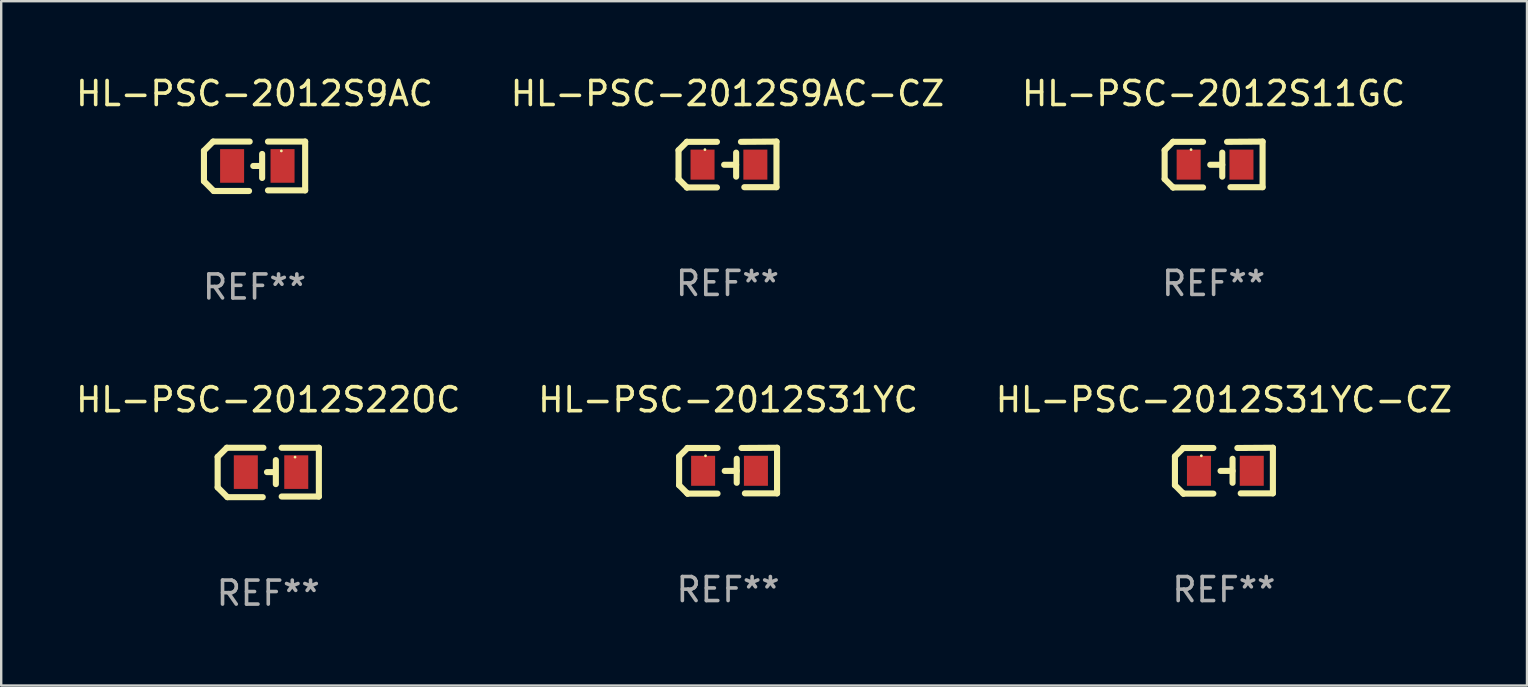
<source format=kicad_pcb>
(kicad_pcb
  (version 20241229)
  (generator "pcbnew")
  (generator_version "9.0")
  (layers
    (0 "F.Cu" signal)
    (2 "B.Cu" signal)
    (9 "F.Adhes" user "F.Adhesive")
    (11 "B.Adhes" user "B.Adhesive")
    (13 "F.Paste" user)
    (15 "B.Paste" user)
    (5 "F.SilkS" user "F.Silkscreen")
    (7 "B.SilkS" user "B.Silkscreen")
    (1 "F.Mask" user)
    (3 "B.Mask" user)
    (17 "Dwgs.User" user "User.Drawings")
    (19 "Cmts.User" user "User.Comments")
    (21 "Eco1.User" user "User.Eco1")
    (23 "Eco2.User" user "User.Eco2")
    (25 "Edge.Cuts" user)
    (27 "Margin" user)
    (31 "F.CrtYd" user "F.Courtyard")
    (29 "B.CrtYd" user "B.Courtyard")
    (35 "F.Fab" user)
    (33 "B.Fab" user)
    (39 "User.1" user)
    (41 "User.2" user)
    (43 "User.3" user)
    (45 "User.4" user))
  (footprint "HL-PSC-2012S31YC"
    (layer "F.Cu")
    (at 27.28 16.557)
    (property "Reference" "HL-PSC-2012S31YC" (at 0 -2.955 0) (layer "F.SilkS") (effects (font (size 1 1) (thickness 0.15))))
    (attr through_hole)
    (fp_line (start -2.04 -0.595) (end -2.04 0.605) (stroke (width 0.254) (type solid)) (layer "F.SilkS"))
    (fp_line (start -1.69 -0.945) (end -1.69 -0.945) (stroke (width 0.254) (type solid)) (layer "F.SilkS"))
    (fp_line (start -1.69 -0.945) (end -2.04 -0.595) (stroke (width 0.254) (type solid)) (layer "F.SilkS"))
    (fp_line (start -1.69 0.955) (end -2.04 0.605) (stroke (width 0.254) (type solid)) (layer "F.SilkS"))
    (fp_line (start -1.69 0.955) (end -1.69 0.955) (stroke (width 0.254) (type solid)) (layer "F.SilkS"))
    (fp_line (start -0.44 -0.945) (end -1.69 -0.945) (stroke (width 0.254) (type solid)) (layer "F.SilkS"))
    (fp_line (start -0.44 0.955) (end -1.69 0.955) (stroke (width 0.254) (type solid)) (layer "F.SilkS"))
    (fp_line (start 0.36 -0.495) (end 0.36 0.505) (stroke (width 0.254) (type solid)) (layer "F.SilkS"))
    (fp_line (start 0.36 0.01) (end -0.14 0.01) (stroke (width 0.254) (type solid)) (layer "F.SilkS"))
    (fp_line (start 0.56 -0.945) (end 2.04 -0.955) (stroke (width 0.254) (type solid)) (layer "F.SilkS"))
    (fp_line (start 0.7 0.945) (end 2.04 0.945) (stroke (width 0.254) (type solid)) (layer "F.SilkS"))
    (fp_line (start 2.04 -0.955) (end 2.04 0.945) (stroke (width 0.254) (type solid)) (layer "F.SilkS"))
    (fp_circle (center -0.94 -0.62) (end -0.91 -0.62) (stroke (width 0.06) (type solid)) (fill no) (layer "F.SilkS"))
    (fp_text user "REF**" (at 0 4.955 0) (layer "F.Fab") (effects (font (size 1 1) (thickness 0.15))))
    (pad "1" smd rect (at -1.04 0.005 180) (size 1 1.25) (layers "F.Cu" "F.Mask" "F.Paste"))
    (pad "2" smd rect (at 1.16 0.005 180) (size 1 1.25) (layers "F.Cu" "F.Mask" "F.Paste")))
  (footprint "HL-PSC-2012S9AC"
    (layer "F.Cu")
    (at 7.554 3.877)
    (property "Reference" "HL-PSC-2012S9AC" (at 0 -3.029 0) (layer "F.SilkS") (effects (font (size 1 1) (thickness 0.15))))
    (attr through_hole)
    (fp_line (start -2.108 -0.648) (end -1.727 -1.029) (stroke (width 0.254) (type solid)) (layer "F.SilkS"))
    (fp_line (start -2.108 0.622) (end -2.108 -0.648) (stroke (width 0.254) (type solid)) (layer "F.SilkS"))
    (fp_line (start -1.727 -1.029) (end -0.203 -1.029) (stroke (width 0.254) (type solid)) (layer "F.SilkS"))
    (fp_line (start -1.702 1.029) (end -2.108 0.622) (stroke (width 0.254) (type solid)) (layer "F.SilkS"))
    (fp_line (start -0.229 1.029) (end -1.702 1.029) (stroke (width 0.254) (type solid)) (layer "F.SilkS"))
    (fp_line (start 0.216 -0.014) (end -0.053 -0.014) (stroke (width 0.254) (type solid)) (layer "F.SilkS"))
    (fp_line (start 0.316 -0.514) (end 0.316 0.486) (stroke (width 0.254) (type solid)) (layer "F.SilkS"))
    (fp_line (start 0.559 1.003) (end 2.108 1.003) (stroke (width 0.254) (type solid)) (layer "F.SilkS"))
    (fp_line (start 2.108 -1.029) (end 0.559 -1.029) (stroke (width 0.254) (type solid)) (layer "F.SilkS"))
    (fp_line (start 2.108 1.003) (end 2.108 -1.029) (stroke (width 0.254) (type solid)) (layer "F.SilkS"))
    (fp_circle (center 1.116 -0.639) (end 1.146 -0.639) (stroke (width 0.06) (type solid)) (fill no) (layer "F.SilkS"))
    (fp_text user "REF**" (at 0 5.029 0) (layer "F.Fab") (effects (font (size 1 1) (thickness 0.15))))
    (pad "1" smd rect (at 1.166 -0.014 180) (size 1 1.4) (layers "F.Cu" "F.Mask" "F.Paste"))
    (pad "2" smd rect (at -0.935 -0.014 180) (size 1 1.4) (layers "F.Cu" "F.Mask" "F.Paste")))
  (footprint "HL-PSC-2012S11GC"
    (layer "F.Cu")
    (at 47.506 3.803)
    (property "Reference" "HL-PSC-2012S11GC" (at 0 -2.955 0) (layer "F.SilkS") (effects (font (size 1 1) (thickness 0.15))))
    (attr through_hole)
    (fp_line (start -2.04 -0.595) (end -2.04 0.605) (stroke (width 0.254) (type solid)) (layer "F.SilkS"))
    (fp_line (start -1.69 -0.945) (end -1.69 -0.945) (stroke (width 0.254) (type solid)) (layer "F.SilkS"))
    (fp_line (start -1.69 -0.945) (end -2.04 -0.595) (stroke (width 0.254) (type solid)) (layer "F.SilkS"))
    (fp_line (start -1.69 0.955) (end -2.04 0.605) (stroke (width 0.254) (type solid)) (layer "F.SilkS"))
    (fp_line (start -1.69 0.955) (end -1.69 0.955) (stroke (width 0.254) (type solid)) (layer "F.SilkS"))
    (fp_line (start -0.44 -0.945) (end -1.69 -0.945) (stroke (width 0.254) (type solid)) (layer "F.SilkS"))
    (fp_line (start -0.44 0.955) (end -1.69 0.955) (stroke (width 0.254) (type solid)) (layer "F.SilkS"))
    (fp_line (start 0.36 -0.495) (end 0.36 0.505) (stroke (width 0.254) (type solid)) (layer "F.SilkS"))
    (fp_line (start 0.36 0.01) (end -0.14 0.01) (stroke (width 0.254) (type solid)) (layer "F.SilkS"))
    (fp_line (start 0.56 -0.945) (end 2.04 -0.955) (stroke (width 0.254) (type solid)) (layer "F.SilkS"))
    (fp_line (start 0.7 0.945) (end 2.04 0.945) (stroke (width 0.254) (type solid)) (layer "F.SilkS"))
    (fp_line (start 2.04 -0.955) (end 2.04 0.945) (stroke (width 0.254) (type solid)) (layer "F.SilkS"))
    (fp_circle (center -0.94 -0.62) (end -0.91 -0.62) (stroke (width 0.06) (type solid)) (fill no) (layer "F.SilkS"))
    (fp_text user "REF**" (at 0 4.955 0) (layer "F.Fab") (effects (font (size 1 1) (thickness 0.15))))
    (pad "1" smd rect (at -1.04 0.005 180) (size 1 1.25) (layers "F.Cu" "F.Mask" "F.Paste"))
    (pad "2" smd rect (at 1.16 0.005 180) (size 1 1.25) (layers "F.Cu" "F.Mask" "F.Paste")))
  (footprint "HL-PSC-2012S22OC"
    (layer "F.Cu")
    (at 8.125 16.631)
    (property "Reference" "HL-PSC-2012S22OC" (at 0 -3.029 0) (layer "F.SilkS") (effects (font (size 1 1) (thickness 0.15))))
    (attr through_hole)
    (fp_line (start -2.108 -0.648) (end -1.727 -1.029) (stroke (width 0.254) (type solid)) (layer "F.SilkS"))
    (fp_line (start -2.108 0.622) (end -2.108 -0.648) (stroke (width 0.254) (type solid)) (layer "F.SilkS"))
    (fp_line (start -1.727 -1.029) (end -0.203 -1.029) (stroke (width 0.254) (type solid)) (layer "F.SilkS"))
    (fp_line (start -1.702 1.029) (end -2.108 0.622) (stroke (width 0.254) (type solid)) (layer "F.SilkS"))
    (fp_line (start -0.229 1.029) (end -1.702 1.029) (stroke (width 0.254) (type solid)) (layer "F.SilkS"))
    (fp_line (start 0.216 -0.014) (end -0.053 -0.014) (stroke (width 0.254) (type solid)) (layer "F.SilkS"))
    (fp_line (start 0.316 -0.514) (end 0.316 0.486) (stroke (width 0.254) (type solid)) (layer "F.SilkS"))
    (fp_line (start 0.559 1.003) (end 2.108 1.003) (stroke (width 0.254) (type solid)) (layer "F.SilkS"))
    (fp_line (start 2.108 -1.029) (end 0.559 -1.029) (stroke (width 0.254) (type solid)) (layer "F.SilkS"))
    (fp_line (start 2.108 1.003) (end 2.108 -1.029) (stroke (width 0.254) (type solid)) (layer "F.SilkS"))
    (fp_circle (center 1.116 -0.639) (end 1.146 -0.639) (stroke (width 0.06) (type solid)) (fill no) (layer "F.SilkS"))
    (fp_text user "REF**" (at 0 5.029 0) (layer "F.Fab") (effects (font (size 1 1) (thickness 0.15))))
    (pad "1" smd rect (at 1.166 -0.014 180) (size 1 1.4) (layers "F.Cu" "F.Mask" "F.Paste"))
    (pad "2" smd rect (at -0.935 -0.014 180) (size 1 1.4) (layers "F.Cu" "F.Mask" "F.Paste")))
  (footprint "HL-PSC-2012S31YC-CZ"
    (layer "F.Cu")
    (at 47.935 16.557)
    (property "Reference" "HL-PSC-2012S31YC-CZ" (at 0 -2.955 0) (layer "F.SilkS") (effects (font (size 1 1) (thickness 0.15))))
    (attr through_hole)
    (fp_line (start -2.04 -0.595) (end -2.04 0.605) (stroke (width 0.254) (type solid)) (layer "F.SilkS"))
    (fp_line (start -1.69 -0.945) (end -1.69 -0.945) (stroke (width 0.254) (type solid)) (layer "F.SilkS"))
    (fp_line (start -1.69 -0.945) (end -2.04 -0.595) (stroke (width 0.254) (type solid)) (layer "F.SilkS"))
    (fp_line (start -1.69 0.955) (end -2.04 0.605) (stroke (width 0.254) (type solid)) (layer "F.SilkS"))
    (fp_line (start -1.69 0.955) (end -1.69 0.955) (stroke (width 0.254) (type solid)) (layer "F.SilkS"))
    (fp_line (start -0.44 -0.945) (end -1.69 -0.945) (stroke (width 0.254) (type solid)) (layer "F.SilkS"))
    (fp_line (start -0.44 0.955) (end -1.69 0.955) (stroke (width 0.254) (type solid)) (layer "F.SilkS"))
    (fp_line (start 0.36 -0.495) (end 0.36 0.505) (stroke (width 0.254) (type solid)) (layer "F.SilkS"))
    (fp_line (start 0.36 0.01) (end -0.14 0.01) (stroke (width 0.254) (type solid)) (layer "F.SilkS"))
    (fp_line (start 0.56 -0.945) (end 2.04 -0.955) (stroke (width 0.254) (type solid)) (layer "F.SilkS"))
    (fp_line (start 0.7 0.945) (end 2.04 0.945) (stroke (width 0.254) (type solid)) (layer "F.SilkS"))
    (fp_line (start 2.04 -0.955) (end 2.04 0.945) (stroke (width 0.254) (type solid)) (layer "F.SilkS"))
    (fp_circle (center -0.94 -0.62) (end -0.91 -0.62) (stroke (width 0.06) (type solid)) (fill no) (layer "F.SilkS"))
    (fp_text user "REF**" (at 0 4.955 0) (layer "F.Fab") (effects (font (size 1 1) (thickness 0.15))))
    (pad "1" smd rect (at -1.04 0.005 180) (size 1 1.25) (layers "F.Cu" "F.Mask" "F.Paste"))
    (pad "2" smd rect (at 1.16 0.005 180) (size 1 1.25) (layers "F.Cu" "F.Mask" "F.Paste")))
  (footprint "HL-PSC-2012S9AC-CZ"
    (layer "F.Cu")
    (at 27.256 3.803)
    (property "Reference" "HL-PSC-2012S9AC-CZ" (at 0 -2.955 0) (layer "F.SilkS") (effects (font (size 1 1) (thickness 0.15))))
    (attr through_hole)
    (fp_line (start -2.04 -0.595) (end -2.04 0.605) (stroke (width 0.254) (type solid)) (layer "F.SilkS"))
    (fp_line (start -1.69 -0.945) (end -1.69 -0.945) (stroke (width 0.254) (type solid)) (layer "F.SilkS"))
    (fp_line (start -1.69 -0.945) (end -2.04 -0.595) (stroke (width 0.254) (type solid)) (layer "F.SilkS"))
    (fp_line (start -1.69 0.955) (end -2.04 0.605) (stroke (width 0.254) (type solid)) (layer "F.SilkS"))
    (fp_line (start -1.69 0.955) (end -1.69 0.955) (stroke (width 0.254) (type solid)) (layer "F.SilkS"))
    (fp_line (start -0.44 -0.945) (end -1.69 -0.945) (stroke (width 0.254) (type solid)) (layer "F.SilkS"))
    (fp_line (start -0.44 0.955) (end -1.69 0.955) (stroke (width 0.254) (type solid)) (layer "F.SilkS"))
    (fp_line (start 0.36 -0.495) (end 0.36 0.505) (stroke (width 0.254) (type solid)) (layer "F.SilkS"))
    (fp_line (start 0.36 0.01) (end -0.14 0.01) (stroke (width 0.254) (type solid)) (layer "F.SilkS"))
    (fp_line (start 0.56 -0.945) (end 2.04 -0.955) (stroke (width 0.254) (type solid)) (layer "F.SilkS"))
    (fp_line (start 0.7 0.945) (end 2.04 0.945) (stroke (width 0.254) (type solid)) (layer "F.SilkS"))
    (fp_line (start 2.04 -0.955) (end 2.04 0.945) (stroke (width 0.254) (type solid)) (layer "F.SilkS"))
    (fp_circle (center -0.94 -0.62) (end -0.91 -0.62) (stroke (width 0.06) (type solid)) (fill no) (layer "F.SilkS"))
    (fp_text user "REF**" (at 0 4.955 0) (layer "F.Fab") (effects (font (size 1 1) (thickness 0.15))))
    (pad "1" smd rect (at -1.04 0.005 180) (size 1 1.25) (layers "F.Cu" "F.Mask" "F.Paste"))
    (pad "2" smd rect (at 1.16 0.005 180) (size 1 1.25) (layers "F.Cu" "F.Mask" "F.Paste")))
  (gr_rect
    (start -3 -3)
    (end 60.56 25.508)
    (stroke (width 0.1) (type default))
    (fill no)
    (layer "Edge.Cuts")))
</source>
